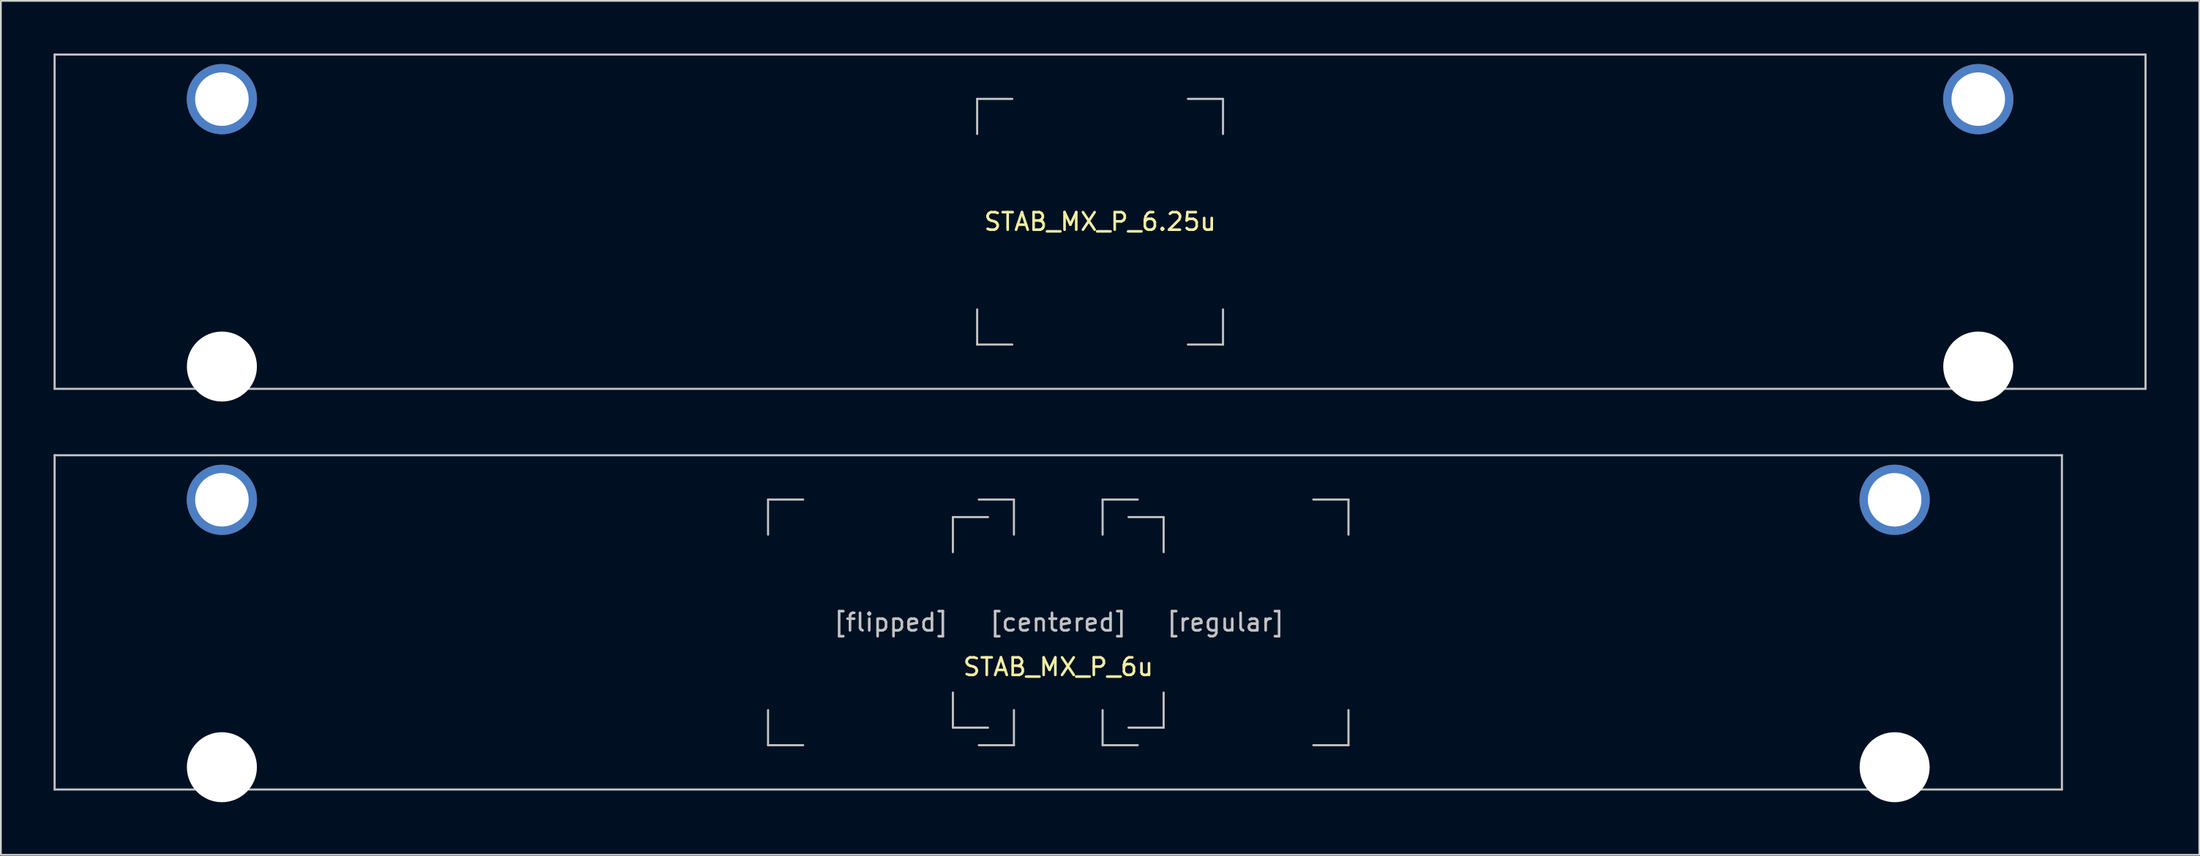
<source format=kicad_pcb>
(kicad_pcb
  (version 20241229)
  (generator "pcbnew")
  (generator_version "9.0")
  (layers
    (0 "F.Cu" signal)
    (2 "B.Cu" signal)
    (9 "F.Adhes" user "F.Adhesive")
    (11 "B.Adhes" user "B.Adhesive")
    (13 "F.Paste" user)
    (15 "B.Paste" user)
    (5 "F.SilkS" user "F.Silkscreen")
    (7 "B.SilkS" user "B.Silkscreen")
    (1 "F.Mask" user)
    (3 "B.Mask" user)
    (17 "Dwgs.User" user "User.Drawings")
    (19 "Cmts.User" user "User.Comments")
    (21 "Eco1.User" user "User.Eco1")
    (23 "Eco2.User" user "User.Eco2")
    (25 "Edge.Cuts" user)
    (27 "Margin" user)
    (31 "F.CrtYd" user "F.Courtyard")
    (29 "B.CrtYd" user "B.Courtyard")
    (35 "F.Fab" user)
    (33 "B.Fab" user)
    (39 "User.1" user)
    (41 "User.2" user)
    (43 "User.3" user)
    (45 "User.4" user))
  (footprint "STAB_MX_P_6.25u"
    (layer "F.Cu")
    (at 59.591 9.585)
    (property "Reference" "STAB_MX_P_6.25u" (at 0 0 0) (layer "F.SilkS") (effects (font (size 1 1) (thickness 0.15))))
    (attr through_hole exclude_from_pos_files exclude_from_bom)
    (fp_line (start -59.531 -9.525) (end -59.531 9.525) (stroke (width 0.12) (type solid)) (layer "Dwgs.User"))
    (fp_line (start -59.531 -9.525) (end 59.531 -9.525) (stroke (width 0.12) (type solid)) (layer "Dwgs.User"))
    (fp_line (start -59.531 9.525) (end 59.531 9.525) (stroke (width 0.12) (type solid)) (layer "Dwgs.User"))
    (fp_line (start -7 -7) (end -5 -7) (stroke (width 0.12) (type solid)) (layer "Dwgs.User"))
    (fp_line (start -7 -5) (end -7 -7) (stroke (width 0.12) (type solid)) (layer "Dwgs.User"))
    (fp_line (start -7 7) (end -7 5) (stroke (width 0.12) (type solid)) (layer "Dwgs.User"))
    (fp_line (start -5 7) (end -7 7) (stroke (width 0.12) (type solid)) (layer "Dwgs.User"))
    (fp_line (start 5 -7) (end 7 -7) (stroke (width 0.12) (type solid)) (layer "Dwgs.User"))
    (fp_line (start 5 7) (end 7 7) (stroke (width 0.12) (type solid)) (layer "Dwgs.User"))
    (fp_line (start 7 -7) (end 7 -5) (stroke (width 0.12) (type solid)) (layer "Dwgs.User"))
    (fp_line (start 7 7) (end 7 5) (stroke (width 0.12) (type solid)) (layer "Dwgs.User"))
    (fp_line (start 59.531 -9.525) (end 59.531 9.525) (stroke (width 0.12) (type solid)) (layer "Dwgs.User"))
    (fp_line (start -53.381 -5.5) (end -53.381 7.5) (stroke (width 0.05) (type solid)) (layer "Eco2.User"))
    (fp_line (start -52.881 -6) (end -47.131 -6) (stroke (width 0.05) (type solid)) (layer "Eco2.User"))
    (fp_line (start -52.881 8) (end -47.131 8) (stroke (width 0.05) (type solid)) (layer "Eco2.User"))
    (fp_line (start -46.631 -5.5) (end -46.631 7.5) (stroke (width 0.05) (type solid)) (layer "Eco2.User"))
    (fp_line (start 46.631 -5.5) (end 46.631 7.5) (stroke (width 0.05) (type solid)) (layer "Eco2.User"))
    (fp_line (start 47.131 -6) (end 52.88 -6) (stroke (width 0.05) (type solid)) (layer "Eco2.User"))
    (fp_line (start 47.131 8) (end 52.881 8) (stroke (width 0.05) (type solid)) (layer "Eco2.User"))
    (fp_line (start 53.38 -5.5) (end 53.381 7.5) (stroke (width 0.05) (type solid)) (layer "Eco2.User"))
    (fp_arc (start -53.38125 -5.499999) (mid -53.234803 -5.853552) (end -52.88125 -5.999999) (stroke (width 0.05) (type solid)) (layer "Eco2.User"))
    (fp_arc (start -52.88125 8.000001) (mid -53.234803 7.853554) (end -53.38125 7.500001) (stroke (width 0.05) (type solid)) (layer "Eco2.User"))
    (fp_arc (start -47.13125 -5.999999) (mid -46.777697 -5.853552) (end -46.63125 -5.499999) (stroke (width 0.05) (type solid)) (layer "Eco2.User"))
    (fp_arc (start -46.63125 7.500001) (mid -46.777697 7.853554) (end -47.13125 8.000001) (stroke (width 0.05) (type solid)) (layer "Eco2.User"))
    (fp_arc (start 46.63125 -5.499999) (mid 46.777697 -5.853552) (end 47.13125 -5.999999) (stroke (width 0.05) (type solid)) (layer "Eco2.User"))
    (fp_arc (start 47.13125 8.000001) (mid 46.777697 7.853554) (end 46.63125 7.500001) (stroke (width 0.05) (type solid)) (layer "Eco2.User"))
    (fp_arc (start 52.880039 -5.999999) (mid 53.233592 -5.853552) (end 53.380039 -5.499999) (stroke (width 0.05) (type solid)) (layer "Eco2.User"))
    (fp_arc (start 53.38125 7.500001) (mid 53.234803 7.853554) (end 52.88125 8.000001) (stroke (width 0.05) (type solid)) (layer "Eco2.User"))
    (pad "" thru_hole circle (at -50.006 -6.985) (size 4 4) (drill 3.048) (layers "*.Cu" "B.Mask"))
    (pad "" np_thru_hole circle (at -50.006 8.255) (size 3.988 3.988) (drill 3.988) (layers "*.Cu" "*.Mask"))
    (pad "" thru_hole circle (at 50.006 -6.985) (size 4 4) (drill 3.048) (layers "*.Cu" "B.Mask"))
    (pad "" np_thru_hole circle (at 50.006 8.255) (size 3.988 3.988) (drill 3.988) (layers "*.Cu" "*.Mask")))
  (footprint "STAB_MX_P_6u"
    (layer "F.Cu")
    (at 57.21 32.419)
    (property "Reference" "STAB_MX_P_6u" (at 0 2.54 0) (layer "F.SilkS") (effects (font (size 1 1) (thickness 0.15))))
    (attr through_hole exclude_from_pos_files exclude_from_bom)
    (fp_line (start -57.15 -9.525) (end -57.15 9.525) (stroke (width 0.12) (type solid)) (layer "Dwgs.User"))
    (fp_line (start -57.15 9.525) (end 57.15 9.525) (stroke (width 0.12) (type solid)) (layer "Dwgs.User"))
    (fp_line (start -16.525 -7) (end -14.525 -7) (stroke (width 0.12) (type solid)) (layer "Dwgs.User"))
    (fp_line (start -16.525 -5) (end -16.525 -7) (stroke (width 0.12) (type solid)) (layer "Dwgs.User"))
    (fp_line (start -16.525 7) (end -16.525 5) (stroke (width 0.12) (type solid)) (layer "Dwgs.User"))
    (fp_line (start -14.525 7) (end -16.525 7) (stroke (width 0.12) (type solid)) (layer "Dwgs.User"))
    (fp_line (start -6 -6) (end -4 -6) (stroke (width 0.12) (type solid)) (layer "Dwgs.User"))
    (fp_line (start -6 -4) (end -6 -6) (stroke (width 0.12) (type solid)) (layer "Dwgs.User"))
    (fp_line (start -6 6) (end -6 4) (stroke (width 0.12) (type solid)) (layer "Dwgs.User"))
    (fp_line (start -4.525 -7) (end -2.525 -7) (stroke (width 0.12) (type solid)) (layer "Dwgs.User"))
    (fp_line (start -4.525 7) (end -2.525 7) (stroke (width 0.12) (type solid)) (layer "Dwgs.User"))
    (fp_line (start -4 6) (end -6 6) (stroke (width 0.12) (type solid)) (layer "Dwgs.User"))
    (fp_line (start -2.525 -7) (end -2.525 -5) (stroke (width 0.12) (type solid)) (layer "Dwgs.User"))
    (fp_line (start -2.525 7) (end -2.525 5) (stroke (width 0.12) (type solid)) (layer "Dwgs.User"))
    (fp_line (start 2.525 -7) (end 4.525 -7) (stroke (width 0.12) (type solid)) (layer "Dwgs.User"))
    (fp_line (start 2.525 -5) (end 2.525 -7) (stroke (width 0.12) (type solid)) (layer "Dwgs.User"))
    (fp_line (start 2.525 7) (end 2.525 5) (stroke (width 0.12) (type solid)) (layer "Dwgs.User"))
    (fp_line (start 4 6) (end 6 6) (stroke (width 0.12) (type solid)) (layer "Dwgs.User"))
    (fp_line (start 4.525 7) (end 2.525 7) (stroke (width 0.12) (type solid)) (layer "Dwgs.User"))
    (fp_line (start 6 -6) (end 4 -6) (stroke (width 0.12) (type solid)) (layer "Dwgs.User"))
    (fp_line (start 6 -4) (end 6 -6) (stroke (width 0.12) (type solid)) (layer "Dwgs.User"))
    (fp_line (start 6 6) (end 6 4) (stroke (width 0.12) (type solid)) (layer "Dwgs.User"))
    (fp_line (start 14.525 -7) (end 16.525 -7) (stroke (width 0.12) (type solid)) (layer "Dwgs.User"))
    (fp_line (start 14.525 7) (end 16.525 7) (stroke (width 0.12) (type solid)) (layer "Dwgs.User"))
    (fp_line (start 16.525 -7) (end 16.525 -5) (stroke (width 0.12) (type solid)) (layer "Dwgs.User"))
    (fp_line (start 16.525 7) (end 16.525 5) (stroke (width 0.12) (type solid)) (layer "Dwgs.User"))
    (fp_line (start 57.15 -9.525) (end -57.15 -9.525) (stroke (width 0.12) (type solid)) (layer "Dwgs.User"))
    (fp_line (start 57.15 -9.525) (end 57.15 9.525) (stroke (width 0.12) (type solid)) (layer "Dwgs.User"))
    (fp_line (start -51 -5.5) (end -51 7.5) (stroke (width 0.05) (type solid)) (layer "Eco2.User"))
    (fp_line (start -50.5 -6) (end -44.75 -6) (stroke (width 0.05) (type solid)) (layer "Eco2.User"))
    (fp_line (start -50.5 8) (end -44.75 8) (stroke (width 0.05) (type solid)) (layer "Eco2.User"))
    (fp_line (start -44.25 -5.5) (end -44.25 7.5) (stroke (width 0.05) (type solid)) (layer "Eco2.User"))
    (fp_line (start 44.25 -5.5) (end 44.25 7.5) (stroke (width 0.05) (type solid)) (layer "Eco2.User"))
    (fp_line (start 44.75 -6) (end 50.499 -6) (stroke (width 0.05) (type solid)) (layer "Eco2.User"))
    (fp_line (start 44.75 8) (end 50.5 8) (stroke (width 0.05) (type solid)) (layer "Eco2.User"))
    (fp_line (start 50.999 -5.5) (end 51 7.5) (stroke (width 0.05) (type solid)) (layer "Eco2.User"))
    (fp_arc (start -51 -5.499999) (mid -50.853553 -5.853552) (end -50.5 -5.999999) (stroke (width 0.05) (type solid)) (layer "Eco2.User"))
    (fp_arc (start -50.5 8.000001) (mid -50.853553 7.853554) (end -51 7.500001) (stroke (width 0.05) (type solid)) (layer "Eco2.User"))
    (fp_arc (start -44.75 -5.999999) (mid -44.396447 -5.853552) (end -44.25 -5.499999) (stroke (width 0.05) (type solid)) (layer "Eco2.User"))
    (fp_arc (start -44.25 7.500001) (mid -44.396447 7.853554) (end -44.75 8.000001) (stroke (width 0.05) (type solid)) (layer "Eco2.User"))
    (fp_arc (start 44.25 -5.499999) (mid 44.396447 -5.853552) (end 44.75 -5.999999) (stroke (width 0.05) (type solid)) (layer "Eco2.User"))
    (fp_arc (start 44.75 8.000001) (mid 44.396447 7.853554) (end 44.25 7.500001) (stroke (width 0.05) (type solid)) (layer "Eco2.User"))
    (fp_arc (start 50.498789 -5.999999) (mid 50.852342 -5.853552) (end 50.998789 -5.499999) (stroke (width 0.05) (type solid)) (layer "Eco2.User"))
    (fp_arc (start 51 7.500001) (mid 50.853553 7.853554) (end 50.5 8.000001) (stroke (width 0.05) (type solid)) (layer "Eco2.User"))
    (fp_text user "[flipped]" (at -9.525 0 0) (layer "Dwgs.User") (effects (font (size 1 1) (thickness 0.15))))
    (fp_text user "[regular]" (at 9.525 0 0) (layer "Dwgs.User") (effects (font (size 1 1) (thickness 0.15))))
    (fp_text user "[centered]" (at 0 0 0) (layer "Dwgs.User") (effects (font (size 1 1) (thickness 0.15))))
    (pad "" thru_hole circle (at -47.625 -6.985) (size 4 4) (drill 3.048) (layers "*.Cu" "B.Mask"))
    (pad "" np_thru_hole circle (at -47.625 8.255) (size 3.988 3.988) (drill 3.988) (layers "*.Cu" "*.Mask"))
    (pad "" thru_hole circle (at 47.625 -6.985) (size 4 4) (drill 3.048) (layers "*.Cu" "B.Mask"))
    (pad "" np_thru_hole circle (at 47.625 8.255) (size 3.988 3.988) (drill 3.988) (layers "*.Cu" "*.Mask")))
  (gr_rect
    (start -3 -3)
    (end 122.183 45.668)
    (stroke (width 0.1) (type default))
    (fill no)
    (layer "Edge.Cuts")))
</source>
